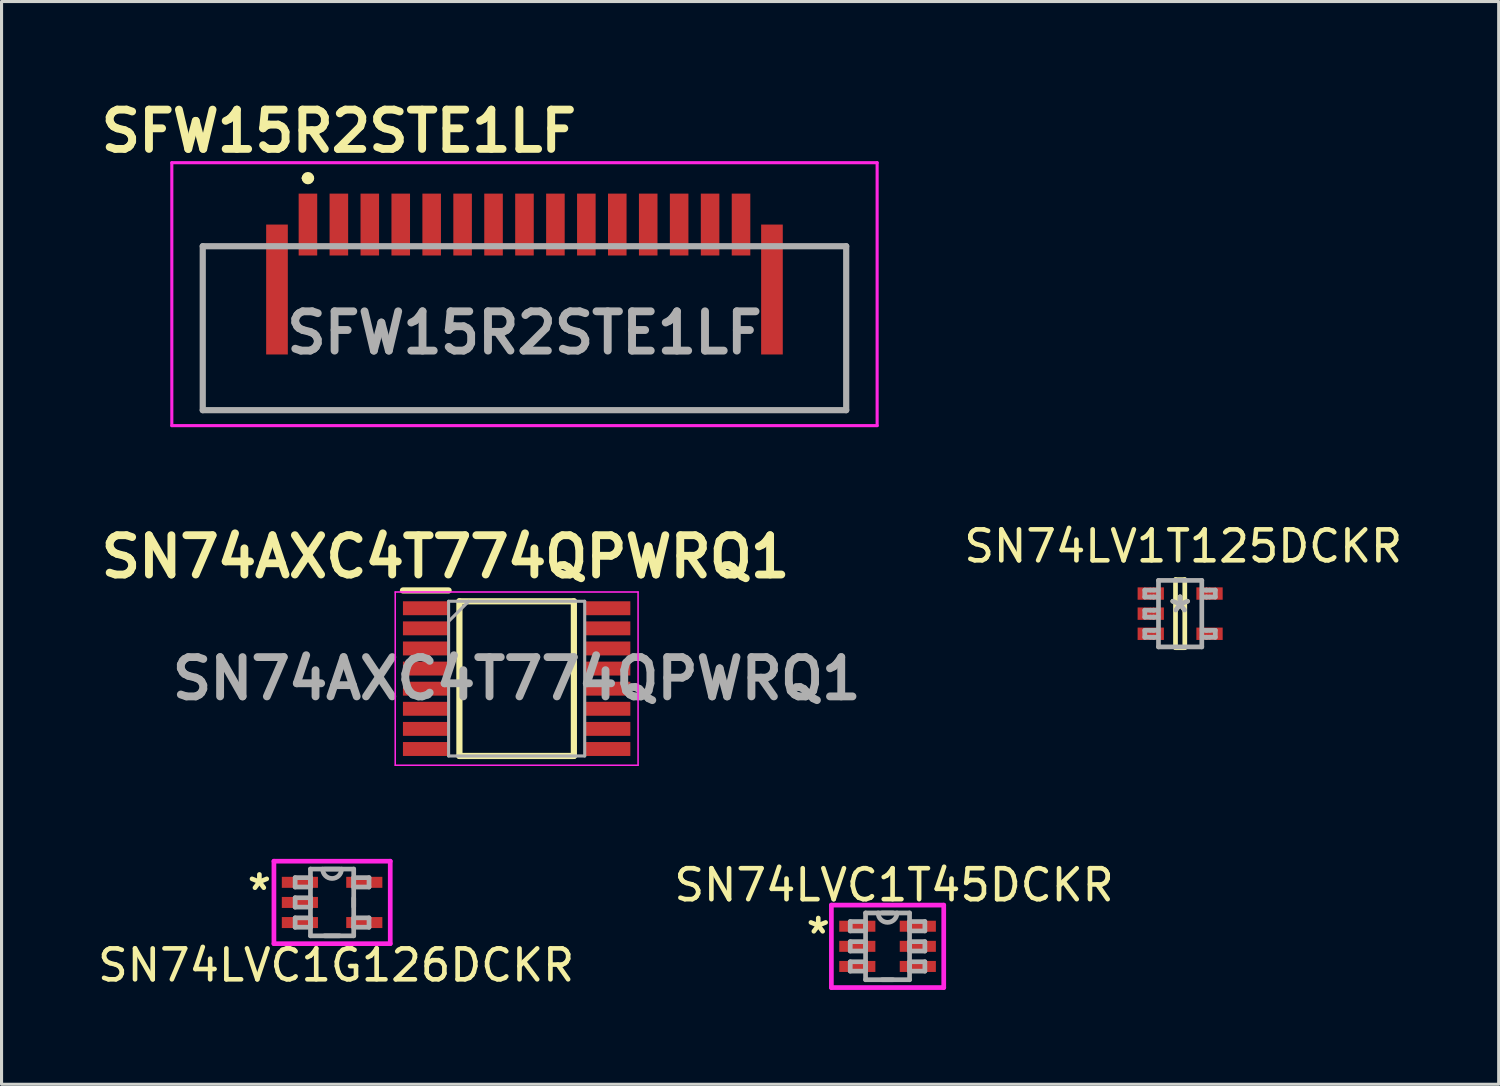
<source format=kicad_pcb>
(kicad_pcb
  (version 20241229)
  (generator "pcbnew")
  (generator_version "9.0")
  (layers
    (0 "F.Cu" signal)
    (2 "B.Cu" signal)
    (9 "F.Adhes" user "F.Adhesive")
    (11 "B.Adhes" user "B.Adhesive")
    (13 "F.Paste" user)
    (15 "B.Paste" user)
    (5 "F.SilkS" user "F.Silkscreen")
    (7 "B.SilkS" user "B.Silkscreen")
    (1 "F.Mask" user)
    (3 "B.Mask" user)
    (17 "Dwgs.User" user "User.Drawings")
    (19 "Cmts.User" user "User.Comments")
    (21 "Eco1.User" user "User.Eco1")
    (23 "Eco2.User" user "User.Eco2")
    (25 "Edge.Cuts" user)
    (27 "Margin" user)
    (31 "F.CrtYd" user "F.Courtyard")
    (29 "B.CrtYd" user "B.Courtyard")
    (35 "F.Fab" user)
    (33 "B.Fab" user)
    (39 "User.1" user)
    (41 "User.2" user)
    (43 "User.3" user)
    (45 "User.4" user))
  (footprint "SN74LVC1G126DCKR"
    (layer "F.Cu")
    (at 7.685 26.122)
    (property "Reference" "SN74LVC1G126DCKR" (at 0.13 2.03 0) (layer "F.SilkS") (effects (font (size 1 1) (thickness 0.15))))
    (attr through_hole)
    (fp_line (start -1.88 -1.333) (end 1.88 -1.333) (stroke (width 0.152) (type solid)) (layer "F.CrtYd"))
    (fp_line (start -1.88 1.333) (end -1.88 -1.333) (stroke (width 0.152) (type solid)) (layer "F.CrtYd"))
    (fp_line (start 1.88 -1.333) (end 1.88 1.333) (stroke (width 0.152) (type solid)) (layer "F.CrtYd"))
    (fp_line (start 1.88 1.333) (end -1.88 1.333) (stroke (width 0.152) (type solid)) (layer "F.CrtYd"))
    (fp_line (start -1.194 -0.802) (end -1.194 -0.498) (stroke (width 0.152) (type solid)) (layer "F.Fab"))
    (fp_line (start -1.194 -0.498) (end -0.699 -0.498) (stroke (width 0.152) (type solid)) (layer "F.Fab"))
    (fp_line (start -1.194 -0.152) (end -1.194 0.152) (stroke (width 0.152) (type solid)) (layer "F.Fab"))
    (fp_line (start -1.194 0.152) (end -0.699 0.152) (stroke (width 0.152) (type solid)) (layer "F.Fab"))
    (fp_line (start -1.194 0.498) (end -1.194 0.802) (stroke (width 0.152) (type solid)) (layer "F.Fab"))
    (fp_line (start -1.194 0.802) (end -0.699 0.802) (stroke (width 0.152) (type solid)) (layer "F.Fab"))
    (fp_line (start -0.699 -1.079) (end -0.699 1.079) (stroke (width 0.152) (type solid)) (layer "F.Fab"))
    (fp_line (start -0.699 -0.802) (end -1.194 -0.802) (stroke (width 0.152) (type solid)) (layer "F.Fab"))
    (fp_line (start -0.699 -0.498) (end -0.699 -0.802) (stroke (width 0.152) (type solid)) (layer "F.Fab"))
    (fp_line (start -0.699 -0.152) (end -1.194 -0.152) (stroke (width 0.152) (type solid)) (layer "F.Fab"))
    (fp_line (start -0.699 0.152) (end -0.699 -0.152) (stroke (width 0.152) (type solid)) (layer "F.Fab"))
    (fp_line (start -0.699 0.498) (end -1.194 0.498) (stroke (width 0.152) (type solid)) (layer "F.Fab"))
    (fp_line (start -0.699 0.802) (end -0.699 0.498) (stroke (width 0.152) (type solid)) (layer "F.Fab"))
    (fp_line (start -0.699 1.079) (end 0.699 1.079) (stroke (width 0.152) (type solid)) (layer "F.Fab"))
    (fp_line (start -0.24 1.079) (end 0.24 1.079) (stroke (width 0.152) (type solid)) (layer "F.Fab"))
    (fp_line (start 0.24 -1.079) (end -0.24 -1.079) (stroke (width 0.152) (type solid)) (layer "F.Fab"))
    (fp_line (start 0.699 -1.079) (end -0.699 -1.079) (stroke (width 0.152) (type solid)) (layer "F.Fab"))
    (fp_line (start 0.699 -0.802) (end 0.699 -0.498) (stroke (width 0.152) (type solid)) (layer "F.Fab"))
    (fp_line (start 0.699 -0.498) (end 1.194 -0.498) (stroke (width 0.152) (type solid)) (layer "F.Fab"))
    (fp_line (start 0.699 0.139) (end 0.699 -0.139) (stroke (width 0.152) (type solid)) (layer "F.Fab"))
    (fp_line (start 0.699 0.498) (end 0.699 0.802) (stroke (width 0.152) (type solid)) (layer "F.Fab"))
    (fp_line (start 0.699 0.802) (end 1.194 0.802) (stroke (width 0.152) (type solid)) (layer "F.Fab"))
    (fp_line (start 0.699 1.079) (end 0.699 -1.079) (stroke (width 0.152) (type solid)) (layer "F.Fab"))
    (fp_line (start 1.194 -0.802) (end 0.699 -0.802) (stroke (width 0.152) (type solid)) (layer "F.Fab"))
    (fp_line (start 1.194 -0.498) (end 1.194 -0.802) (stroke (width 0.152) (type solid)) (layer "F.Fab"))
    (fp_line (start 1.194 0.498) (end 0.699 0.498) (stroke (width 0.152) (type solid)) (layer "F.Fab"))
    (fp_line (start 1.194 0.802) (end 1.194 0.498) (stroke (width 0.152) (type solid)) (layer "F.Fab"))
    (fp_arc (start 0.3048 -1.0795) (mid 0 -0.7747) (end -0.3048 -1.0795) (stroke (width 0.1524) (type solid)) (layer "F.Fab"))
    (fp_text user "*" (at -2.35 -0.36 0) (layer "F.SilkS") (effects (font (size 1 1) (thickness 0.15))))
    (pad "1" smd rect (at -1.041 -0.65) (size 1.168 0.356) (layers "F.Cu" "F.Mask" "F.Paste"))
    (pad "2" smd rect (at -1.041 0) (size 1.168 0.356) (layers "F.Cu" "F.Mask" "F.Paste"))
    (pad "3" smd rect (at -1.041 0.65) (size 1.168 0.356) (layers "F.Cu" "F.Mask" "F.Paste"))
    (pad "4" smd rect (at 1.041 0.65) (size 1.168 0.356) (layers "F.Cu" "F.Mask" "F.Paste"))
    (pad "5" smd rect (at 1.041 -0.65) (size 1.168 0.356) (layers "F.Cu" "F.Mask" "F.Paste")))
  (footprint "SN74AXC4T774QPWRQ1"
    (layer "F.Cu")
    (at 13.651 18.887)
    (property "Reference" "SN74AXC4T774QPWRQ1" (at -2.3 -3.94 0) (layer "F.SilkS") (effects (font (size 1.27 1.27) (thickness 0.254))))
    (attr smd)
    (fp_line (start -3.675 -2.85) (end -2.2 -2.85) (stroke (width 0.2) (type solid)) (layer "F.SilkS"))
    (fp_line (start -1.85 -2.5) (end 1.85 -2.5) (stroke (width 0.2) (type solid)) (layer "F.SilkS"))
    (fp_line (start -1.85 2.5) (end -1.85 -2.5) (stroke (width 0.2) (type solid)) (layer "F.SilkS"))
    (fp_line (start 1.85 -2.5) (end 1.85 2.5) (stroke (width 0.2) (type solid)) (layer "F.SilkS"))
    (fp_line (start 1.85 2.5) (end -1.85 2.5) (stroke (width 0.2) (type solid)) (layer "F.SilkS"))
    (fp_line (start -3.925 -2.8) (end 3.925 -2.8) (stroke (width 0.05) (type solid)) (layer "F.CrtYd"))
    (fp_line (start -3.925 2.8) (end -3.925 -2.8) (stroke (width 0.05) (type solid)) (layer "F.CrtYd"))
    (fp_line (start 3.925 -2.8) (end 3.925 2.8) (stroke (width 0.05) (type solid)) (layer "F.CrtYd"))
    (fp_line (start 3.925 2.8) (end -3.925 2.8) (stroke (width 0.05) (type solid)) (layer "F.CrtYd"))
    (fp_line (start -2.2 -2.5) (end 2.2 -2.5) (stroke (width 0.1) (type solid)) (layer "F.Fab"))
    (fp_line (start -2.2 -1.85) (end -1.55 -2.5) (stroke (width 0.1) (type solid)) (layer "F.Fab"))
    (fp_line (start -2.2 2.5) (end -2.2 -2.5) (stroke (width 0.1) (type solid)) (layer "F.Fab"))
    (fp_line (start 2.2 -2.5) (end 2.2 2.5) (stroke (width 0.1) (type solid)) (layer "F.Fab"))
    (fp_line (start 2.2 2.5) (end -2.2 2.5) (stroke (width 0.1) (type solid)) (layer "F.Fab"))
    (fp_text user "${REFERENCE}" (at 0 0 0) (layer "F.Fab") (effects (font (size 1.27 1.27) (thickness 0.254))))
    (pad "1" smd rect (at -2.938 -2.275 90) (size 0.45 1.475) (layers "F.Cu" "F.Mask" "F.Paste"))
    (pad "2" smd rect (at -2.938 -1.625 90) (size 0.45 1.475) (layers "F.Cu" "F.Mask" "F.Paste"))
    (pad "3" smd rect (at -2.938 -0.975 90) (size 0.45 1.475) (layers "F.Cu" "F.Mask" "F.Paste"))
    (pad "4" smd rect (at -2.938 -0.325 90) (size 0.45 1.475) (layers "F.Cu" "F.Mask" "F.Paste"))
    (pad "5" smd rect (at -2.938 0.325 90) (size 0.45 1.475) (layers "F.Cu" "F.Mask" "F.Paste"))
    (pad "6" smd rect (at -2.938 0.975 90) (size 0.45 1.475) (layers "F.Cu" "F.Mask" "F.Paste"))
    (pad "7" smd rect (at -2.938 1.625 90) (size 0.45 1.475) (layers "F.Cu" "F.Mask" "F.Paste"))
    (pad "8" smd rect (at -2.938 2.275 90) (size 0.45 1.475) (layers "F.Cu" "F.Mask" "F.Paste"))
    (pad "9" smd rect (at 2.938 2.275 90) (size 0.45 1.475) (layers "F.Cu" "F.Mask" "F.Paste"))
    (pad "10" smd rect (at 2.938 1.625 90) (size 0.45 1.475) (layers "F.Cu" "F.Mask" "F.Paste"))
    (pad "11" smd rect (at 2.938 0.975 90) (size 0.45 1.475) (layers "F.Cu" "F.Mask" "F.Paste"))
    (pad "12" smd rect (at 2.938 0.325 90) (size 0.45 1.475) (layers "F.Cu" "F.Mask" "F.Paste"))
    (pad "13" smd rect (at 2.938 -0.325 90) (size 0.45 1.475) (layers "F.Cu" "F.Mask" "F.Paste"))
    (pad "14" smd rect (at 2.938 -0.975 90) (size 0.45 1.475) (layers "F.Cu" "F.Mask" "F.Paste"))
    (pad "15" smd rect (at 2.938 -1.625 90) (size 0.45 1.475) (layers "F.Cu" "F.Mask" "F.Paste"))
    (pad "16" smd rect (at 2.938 -2.275 90) (size 0.45 1.475) (layers "F.Cu" "F.Mask" "F.Paste")))
  (footprint "SN74LV1T125DCKR"
    (layer "F.Cu")
    (at 35.099 16.787)
    (property "Reference" "SN74LV1T125DCKR" (at 0.1 -2.18 0) (layer "F.SilkS") (effects (font (size 1 1) (thickness 0.15))))
    (attr through_hole)
    (fp_line (start -0.15 -1.1) (end 0.15 -1.1) (stroke (width 0.152) (type solid)) (layer "F.SilkS"))
    (fp_line (start -0.15 1.1) (end -0.15 -1.1) (stroke (width 0.152) (type solid)) (layer "F.SilkS"))
    (fp_line (start -0.15 1.1) (end 0.15 1.1) (stroke (width 0.152) (type solid)) (layer "F.SilkS"))
    (fp_line (start 0.15 1.1) (end 0.15 -1.1) (stroke (width 0.152) (type solid)) (layer "F.SilkS"))
    (fp_line (start -1.143 -0.762) (end -0.959 -0.762) (stroke (width 0.152) (type solid)) (layer "F.Fab"))
    (fp_line (start -1.143 -0.537) (end -1.143 -0.762) (stroke (width 0.152) (type solid)) (layer "F.Fab"))
    (fp_line (start -1.143 -0.537) (end -0.959 -0.537) (stroke (width 0.152) (type solid)) (layer "F.Fab"))
    (fp_line (start -1.143 -0.112) (end -0.959 -0.112) (stroke (width 0.152) (type solid)) (layer "F.Fab"))
    (fp_line (start -1.143 0.113) (end -1.143 -0.112) (stroke (width 0.152) (type solid)) (layer "F.Fab"))
    (fp_line (start -1.143 0.113) (end -0.959 0.113) (stroke (width 0.152) (type solid)) (layer "F.Fab"))
    (fp_line (start -1.143 0.538) (end -0.959 0.538) (stroke (width 0.152) (type solid)) (layer "F.Fab"))
    (fp_line (start -1.143 0.763) (end -1.143 0.538) (stroke (width 0.152) (type solid)) (layer "F.Fab"))
    (fp_line (start -1.143 0.763) (end -0.959 0.763) (stroke (width 0.152) (type solid)) (layer "F.Fab"))
    (fp_line (start -0.959 -0.762) (end -0.711 -0.762) (stroke (width 0.152) (type solid)) (layer "F.Fab"))
    (fp_line (start -0.959 -0.537) (end -0.865 -0.537) (stroke (width 0.152) (type solid)) (layer "F.Fab"))
    (fp_line (start -0.959 -0.112) (end -0.865 -0.112) (stroke (width 0.152) (type solid)) (layer "F.Fab"))
    (fp_line (start -0.959 0.113) (end -0.865 0.113) (stroke (width 0.152) (type solid)) (layer "F.Fab"))
    (fp_line (start -0.959 0.538) (end -0.865 0.538) (stroke (width 0.152) (type solid)) (layer "F.Fab"))
    (fp_line (start -0.959 0.763) (end -0.865 0.763) (stroke (width 0.152) (type solid)) (layer "F.Fab"))
    (fp_line (start -0.865 -0.762) (end -0.853 -0.762) (stroke (width 0.152) (type solid)) (layer "F.Fab"))
    (fp_line (start -0.865 -0.537) (end -0.853 -0.537) (stroke (width 0.152) (type solid)) (layer "F.Fab"))
    (fp_line (start -0.865 -0.112) (end -0.853 -0.112) (stroke (width 0.152) (type solid)) (layer "F.Fab"))
    (fp_line (start -0.865 0.113) (end -0.853 0.113) (stroke (width 0.152) (type solid)) (layer "F.Fab"))
    (fp_line (start -0.865 0.538) (end -0.853 0.538) (stroke (width 0.152) (type solid)) (layer "F.Fab"))
    (fp_line (start -0.865 0.763) (end -0.853 0.763) (stroke (width 0.152) (type solid)) (layer "F.Fab"))
    (fp_line (start -0.853 -0.537) (end -0.711 -0.537) (stroke (width 0.152) (type solid)) (layer "F.Fab"))
    (fp_line (start -0.853 -0.112) (end -0.711 -0.112) (stroke (width 0.152) (type solid)) (layer "F.Fab"))
    (fp_line (start -0.853 0.113) (end -0.711 0.113) (stroke (width 0.152) (type solid)) (layer "F.Fab"))
    (fp_line (start -0.853 0.538) (end -0.711 0.538) (stroke (width 0.152) (type solid)) (layer "F.Fab"))
    (fp_line (start -0.853 0.763) (end -0.711 0.763) (stroke (width 0.152) (type solid)) (layer "F.Fab"))
    (fp_line (start -0.7 -1.075) (end 0.7 -1.075) (stroke (width 0.152) (type solid)) (layer "F.Fab"))
    (fp_line (start -0.7 1.075) (end -0.7 -1.075) (stroke (width 0.152) (type solid)) (layer "F.Fab"))
    (fp_line (start -0.7 1.075) (end 0.7 1.075) (stroke (width 0.152) (type solid)) (layer "F.Fab"))
    (fp_line (start 0.7 1.075) (end 0.7 -1.075) (stroke (width 0.152) (type solid)) (layer "F.Fab"))
    (fp_line (start 0.711 -0.762) (end 0.847 -0.762) (stroke (width 0.152) (type solid)) (layer "F.Fab"))
    (fp_line (start 0.711 -0.537) (end 0.847 -0.537) (stroke (width 0.152) (type solid)) (layer "F.Fab"))
    (fp_line (start 0.711 0.538) (end 0.847 0.538) (stroke (width 0.152) (type solid)) (layer "F.Fab"))
    (fp_line (start 0.711 0.763) (end 0.847 0.763) (stroke (width 0.152) (type solid)) (layer "F.Fab"))
    (fp_line (start 0.847 -0.762) (end 0.859 -0.762) (stroke (width 0.152) (type solid)) (layer "F.Fab"))
    (fp_line (start 0.847 -0.537) (end 0.859 -0.537) (stroke (width 0.152) (type solid)) (layer "F.Fab"))
    (fp_line (start 0.847 0.538) (end 0.859 0.538) (stroke (width 0.152) (type solid)) (layer "F.Fab"))
    (fp_line (start 0.847 0.763) (end 0.859 0.763) (stroke (width 0.152) (type solid)) (layer "F.Fab"))
    (fp_line (start 0.859 -0.762) (end 0.953 -0.762) (stroke (width 0.152) (type solid)) (layer "F.Fab"))
    (fp_line (start 0.859 -0.537) (end 0.953 -0.537) (stroke (width 0.152) (type solid)) (layer "F.Fab"))
    (fp_line (start 0.859 0.538) (end 0.953 0.538) (stroke (width 0.152) (type solid)) (layer "F.Fab"))
    (fp_line (start 0.859 0.763) (end 0.953 0.763) (stroke (width 0.152) (type solid)) (layer "F.Fab"))
    (fp_line (start 0.953 -0.762) (end 1.137 -0.762) (stroke (width 0.152) (type solid)) (layer "F.Fab"))
    (fp_line (start 0.953 -0.537) (end 1.137 -0.537) (stroke (width 0.152) (type solid)) (layer "F.Fab"))
    (fp_line (start 0.953 0.538) (end 1.137 0.538) (stroke (width 0.152) (type solid)) (layer "F.Fab"))
    (fp_line (start 0.953 0.763) (end 1.137 0.763) (stroke (width 0.152) (type solid)) (layer "F.Fab"))
    (fp_line (start 1.137 -0.537) (end 1.137 -0.762) (stroke (width 0.152) (type solid)) (layer "F.Fab"))
    (fp_line (start 1.137 0.763) (end 1.137 0.538) (stroke (width 0.152) (type solid)) (layer "F.Fab"))
    (fp_text user "*" (at 0 0 0) (layer "F.SilkS") (effects (font (size 1 1) (thickness 0.15))))
    (fp_text user "*" (at 0 0 0) (layer "F.Fab") (effects (font (size 1 1) (thickness 0.15))))
    (pad "1" smd rect (at -0.95 -0.65 90) (size 0.4 0.85) (layers "F.Cu" "F.Mask" "F.Paste"))
    (pad "2" smd rect (at -0.95 0 90) (size 0.4 0.85) (layers "F.Cu" "F.Mask" "F.Paste"))
    (pad "3" smd rect (at -0.95 0.65 90) (size 0.4 0.85) (layers "F.Cu" "F.Mask" "F.Paste"))
    (pad "4" smd rect (at 0.95 0.65 90) (size 0.4 0.85) (layers "F.Cu" "F.Mask" "F.Paste"))
    (pad "5" smd rect (at 0.95 -0.65 90) (size 0.4 0.85) (layers "F.Cu" "F.Mask" "F.Paste")))
  (footprint "SN74LVC1T45DCKR"
    (layer "F.Cu")
    (at 25.641 27.541)
    (property "Reference" "SN74LVC1T45DCKR" (at 0.21 -1.98 0) (layer "F.SilkS") (effects (font (size 1 1) (thickness 0.15))))
    (attr through_hole)
    (fp_line (start -1.816 -1.333) (end 1.816 -1.333) (stroke (width 0.152) (type solid)) (layer "F.CrtYd"))
    (fp_line (start -1.816 1.333) (end -1.816 -1.333) (stroke (width 0.152) (type solid)) (layer "F.CrtYd"))
    (fp_line (start 1.816 -1.333) (end 1.816 1.333) (stroke (width 0.152) (type solid)) (layer "F.CrtYd"))
    (fp_line (start 1.816 1.333) (end -1.816 1.333) (stroke (width 0.152) (type solid)) (layer "F.CrtYd"))
    (fp_line (start -1.206 -0.802) (end -1.206 -0.498) (stroke (width 0.152) (type solid)) (layer "F.Fab"))
    (fp_line (start -1.206 -0.498) (end -0.711 -0.498) (stroke (width 0.152) (type solid)) (layer "F.Fab"))
    (fp_line (start -1.206 -0.152) (end -1.206 0.152) (stroke (width 0.152) (type solid)) (layer "F.Fab"))
    (fp_line (start -1.206 0.152) (end -0.711 0.152) (stroke (width 0.152) (type solid)) (layer "F.Fab"))
    (fp_line (start -1.206 0.498) (end -1.206 0.802) (stroke (width 0.152) (type solid)) (layer "F.Fab"))
    (fp_line (start -1.206 0.802) (end -0.711 0.802) (stroke (width 0.152) (type solid)) (layer "F.Fab"))
    (fp_line (start -0.711 -1.079) (end -0.711 1.079) (stroke (width 0.152) (type solid)) (layer "F.Fab"))
    (fp_line (start -0.711 -0.802) (end -1.206 -0.802) (stroke (width 0.152) (type solid)) (layer "F.Fab"))
    (fp_line (start -0.711 -0.498) (end -0.711 -0.802) (stroke (width 0.152) (type solid)) (layer "F.Fab"))
    (fp_line (start -0.711 -0.152) (end -1.206 -0.152) (stroke (width 0.152) (type solid)) (layer "F.Fab"))
    (fp_line (start -0.711 0.152) (end -0.711 -0.152) (stroke (width 0.152) (type solid)) (layer "F.Fab"))
    (fp_line (start -0.711 0.498) (end -1.206 0.498) (stroke (width 0.152) (type solid)) (layer "F.Fab"))
    (fp_line (start -0.711 0.802) (end -0.711 0.498) (stroke (width 0.152) (type solid)) (layer "F.Fab"))
    (fp_line (start -0.711 1.079) (end 0.711 1.079) (stroke (width 0.152) (type solid)) (layer "F.Fab"))
    (fp_line (start -0.176 1.079) (end 0.176 1.079) (stroke (width 0.152) (type solid)) (layer "F.Fab"))
    (fp_line (start 0.176 -1.079) (end -0.176 -1.079) (stroke (width 0.152) (type solid)) (layer "F.Fab"))
    (fp_line (start 0.711 -1.079) (end -0.711 -1.079) (stroke (width 0.152) (type solid)) (layer "F.Fab"))
    (fp_line (start 0.711 -0.802) (end 0.711 -0.498) (stroke (width 0.152) (type solid)) (layer "F.Fab"))
    (fp_line (start 0.711 -0.498) (end 1.206 -0.498) (stroke (width 0.152) (type solid)) (layer "F.Fab"))
    (fp_line (start 0.711 -0.152) (end 0.711 0.152) (stroke (width 0.152) (type solid)) (layer "F.Fab"))
    (fp_line (start 0.711 0.152) (end 1.206 0.152) (stroke (width 0.152) (type solid)) (layer "F.Fab"))
    (fp_line (start 0.711 0.498) (end 0.711 0.802) (stroke (width 0.152) (type solid)) (layer "F.Fab"))
    (fp_line (start 0.711 0.802) (end 1.206 0.802) (stroke (width 0.152) (type solid)) (layer "F.Fab"))
    (fp_line (start 0.711 1.079) (end 0.711 -1.079) (stroke (width 0.152) (type solid)) (layer "F.Fab"))
    (fp_line (start 1.206 -0.802) (end 0.711 -0.802) (stroke (width 0.152) (type solid)) (layer "F.Fab"))
    (fp_line (start 1.206 -0.498) (end 1.206 -0.802) (stroke (width 0.152) (type solid)) (layer "F.Fab"))
    (fp_line (start 1.206 -0.152) (end 0.711 -0.152) (stroke (width 0.152) (type solid)) (layer "F.Fab"))
    (fp_line (start 1.206 0.152) (end 1.206 -0.152) (stroke (width 0.152) (type solid)) (layer "F.Fab"))
    (fp_line (start 1.206 0.498) (end 0.711 0.498) (stroke (width 0.152) (type solid)) (layer "F.Fab"))
    (fp_line (start 1.206 0.802) (end 1.206 0.498) (stroke (width 0.152) (type solid)) (layer "F.Fab"))
    (fp_arc (start 0.3048 -1.0795) (mid 0 -0.7747) (end -0.3048 -1.0795) (stroke (width 0.1524) (type solid)) (layer "F.Fab"))
    (fp_text user "*" (at -2.24 -0.37 0) (layer "F.SilkS") (effects (font (size 1 1) (thickness 0.15))))
    (pad "1" smd rect (at -0.978 -0.65) (size 1.168 0.356) (layers "F.Cu" "F.Mask" "F.Paste"))
    (pad "2" smd rect (at -0.978 0) (size 1.168 0.356) (layers "F.Cu" "F.Mask" "F.Paste"))
    (pad "3" smd rect (at -0.978 0.65) (size 1.168 0.356) (layers "F.Cu" "F.Mask" "F.Paste"))
    (pad "4" smd rect (at 0.978 0.65) (size 1.168 0.356) (layers "F.Cu" "F.Mask" "F.Paste"))
    (pad "5" smd rect (at 0.978 0) (size 1.168 0.356) (layers "F.Cu" "F.Mask" "F.Paste"))
    (pad "6" smd rect (at 0.978 -0.65) (size 1.168 0.356) (layers "F.Cu" "F.Mask" "F.Paste")))
  (footprint "SFW15R2STE1LF"
    (layer "F.Cu")
    (at 13.904 8.209)
    (property "Reference" "SFW15R2STE1LF" (at -6 -7.02 0) (layer "F.SilkS") (effects (font (size 1.27 1.27) (thickness 0.254))))
    (attr smd)
    (fp_line (start -10.4 -3.3) (end -10.4 2) (stroke (width 0.1) (type solid)) (layer "F.SilkS"))
    (fp_line (start -10.4 2) (end 10.4 2) (stroke (width 0.1) (type solid)) (layer "F.SilkS"))
    (fp_line (start -9 -3.3) (end -10.4 -3.3) (stroke (width 0.1) (type solid)) (layer "F.SilkS"))
    (fp_line (start -7.1 -5.5) (end -7.1 -5.5) (stroke (width 0.2) (type solid)) (layer "F.SilkS"))
    (fp_line (start -6.9 -5.5) (end -6.9 -5.5) (stroke (width 0.2) (type solid)) (layer "F.SilkS"))
    (fp_line (start 10.4 -3.3) (end 9 -3.3) (stroke (width 0.1) (type solid)) (layer "F.SilkS"))
    (fp_line (start 10.4 2) (end 10.4 -3.3) (stroke (width 0.1) (type solid)) (layer "F.SilkS"))
    (fp_arc (start -7.1 -5.5) (mid -7 -5.6) (end -6.9 -5.5) (stroke (width 0.2) (type solid)) (layer "F.SilkS"))
    (fp_arc (start -6.9 -5.5) (mid -7 -5.4) (end -7.1 -5.5) (stroke (width 0.2) (type solid)) (layer "F.SilkS"))
    (fp_line (start -11.4 -6) (end 11.4 -6) (stroke (width 0.1) (type solid)) (layer "F.CrtYd"))
    (fp_line (start -11.4 2.5) (end -11.4 -6) (stroke (width 0.1) (type solid)) (layer "F.CrtYd"))
    (fp_line (start 11.4 -6) (end 11.4 2.5) (stroke (width 0.1) (type solid)) (layer "F.CrtYd"))
    (fp_line (start 11.4 2.5) (end -11.4 2.5) (stroke (width 0.1) (type solid)) (layer "F.CrtYd"))
    (fp_line (start -10.4 -3.3) (end 10.4 -3.3) (stroke (width 0.2) (type solid)) (layer "F.Fab"))
    (fp_line (start -10.4 2) (end -10.4 -3.3) (stroke (width 0.2) (type solid)) (layer "F.Fab"))
    (fp_line (start 10.4 -3.3) (end 10.4 2) (stroke (width 0.2) (type solid)) (layer "F.Fab"))
    (fp_line (start 10.4 2) (end -10.4 2) (stroke (width 0.2) (type solid)) (layer "F.Fab"))
    (fp_text user "${REFERENCE}" (at 0 -0.5 0) (layer "F.Fab") (effects (font (size 1.27 1.27) (thickness 0.254))))
    (pad "1" smd rect (at -7 -4) (size 0.6 2) (layers "F.Cu" "F.Mask" "F.Paste"))
    (pad "2" smd rect (at -6 -4) (size 0.6 2) (layers "F.Cu" "F.Mask" "F.Paste"))
    (pad "3" smd rect (at -5 -4) (size 0.6 2) (layers "F.Cu" "F.Mask" "F.Paste"))
    (pad "4" smd rect (at -4 -4) (size 0.6 2) (layers "F.Cu" "F.Mask" "F.Paste"))
    (pad "5" smd rect (at -3 -4) (size 0.6 2) (layers "F.Cu" "F.Mask" "F.Paste"))
    (pad "6" smd rect (at -2 -4) (size 0.6 2) (layers "F.Cu" "F.Mask" "F.Paste"))
    (pad "7" smd rect (at -1 -4) (size 0.6 2) (layers "F.Cu" "F.Mask" "F.Paste"))
    (pad "8" smd rect (at 0 -4) (size 0.6 2) (layers "F.Cu" "F.Mask" "F.Paste"))
    (pad "9" smd rect (at 1 -4) (size 0.6 2) (layers "F.Cu" "F.Mask" "F.Paste"))
    (pad "10" smd rect (at 2 -4) (size 0.6 2) (layers "F.Cu" "F.Mask" "F.Paste"))
    (pad "11" smd rect (at 3 -4) (size 0.6 2) (layers "F.Cu" "F.Mask" "F.Paste"))
    (pad "12" smd rect (at 4 -4) (size 0.6 2) (layers "F.Cu" "F.Mask" "F.Paste"))
    (pad "13" smd rect (at 5 -4) (size 0.6 2) (layers "F.Cu" "F.Mask" "F.Paste"))
    (pad "14" smd rect (at 6 -4) (size 0.6 2) (layers "F.Cu" "F.Mask" "F.Paste"))
    (pad "15" smd rect (at 7 -4) (size 0.6 2) (layers "F.Cu" "F.Mask" "F.Paste"))
    (pad "MP1" smd rect (at -8 -1.9) (size 0.7 4.2) (layers "F.Cu" "F.Mask" "F.Paste"))
    (pad "MP2" smd rect (at 8 -1.9) (size 0.7 4.2) (layers "F.Cu" "F.Mask" "F.Paste")))
  (gr_rect
    (start -3 -3)
    (end 45.396 32)
    (stroke (width 0.1) (type default))
    (fill no)
    (layer "Edge.Cuts")))
</source>
